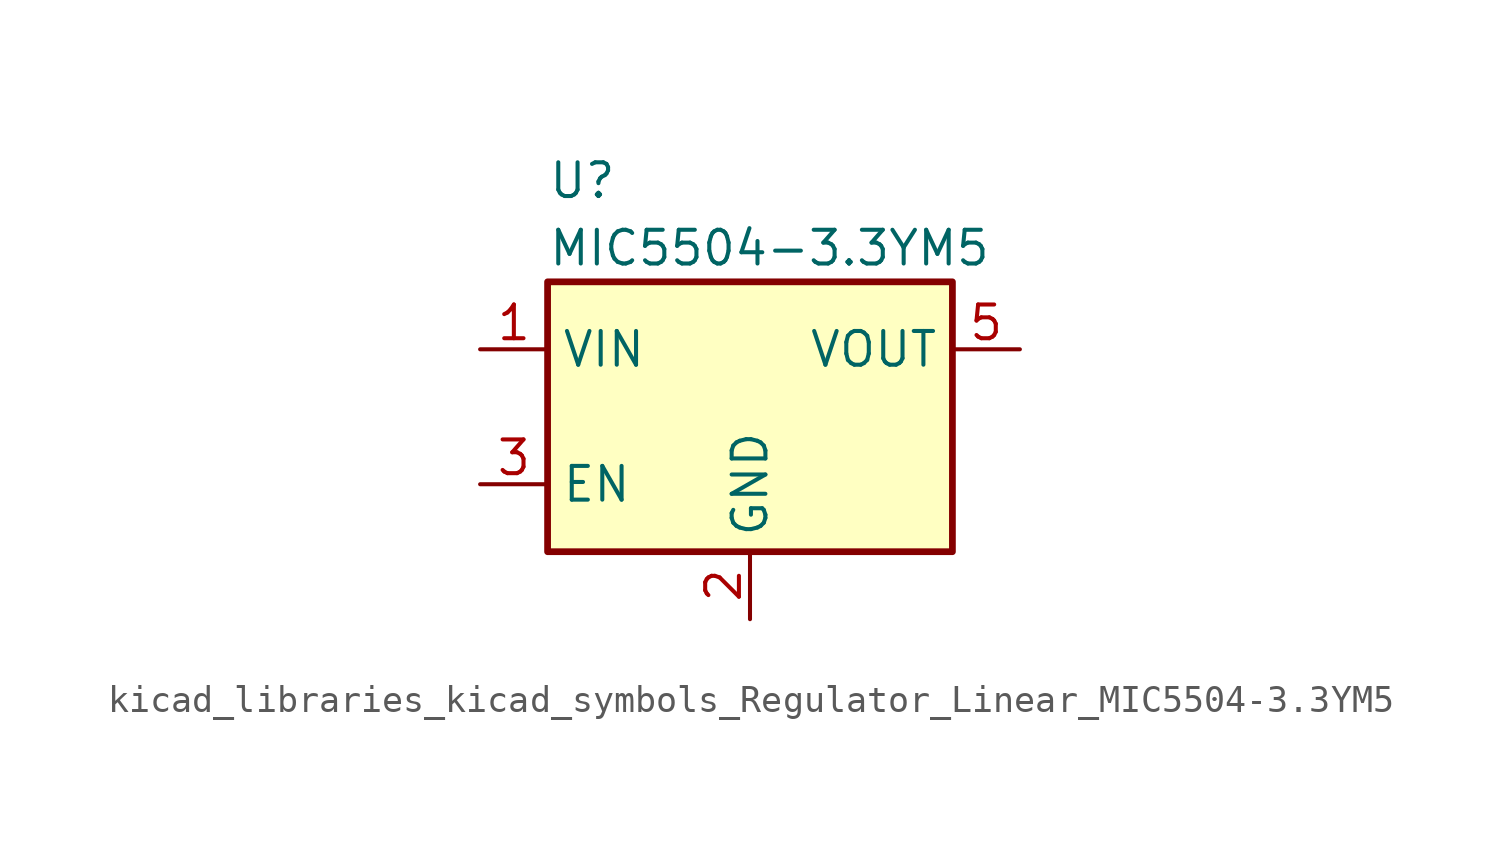
<source format=kicad_sym>
(kicad_symbol_lib
  (version 20220914)
  (generator kicad_symbol_editor)
  (symbol "kicad_libraries_kicad_symbols_Regulator_Linear_MIC5504-3.3YM5"
    (property "Reference" "U"
      (at -7.62 8.89 0)
      (effects (font (size 1.27 1.27)) (justify left)))
    (property "Value" "MIC5504-3.3YM5"
      (at -7.62 6.35 0)
      (effects (font (size 1.27 1.27)) (justify left)))
    (symbol "kicad_libraries_kicad_symbols_Regulator_Linear_MIC5504-3.3YM5_0_1"
      (rectangle (start -7.62 -5.08) (end 7.62 5.08) (stroke (width 0.254) (type default)) (fill (type background))))
    (symbol "kicad_libraries_kicad_symbols_Regulator_Linear_MIC5504-3.3YM5_1_1"
      (pin power_in line (at -10.16 2.54 0) (length 2.54) (name "VIN" (effects (font (size 1.27 1.27)))) (number "1" (effects (font (size 1.27 1.27)))))
      (pin power_in line (at 0 -7.62 90) (length 2.54) (name "GND" (effects (font (size 1.27 1.27)))) (number "2" (effects (font (size 1.27 1.27)))))
      (pin input line (at -10.16 -2.54 0) (length 2.54) (name "EN" (effects (font (size 1.27 1.27)))) (number "3" (effects (font (size 1.27 1.27)))))
      (pin no_connect line (at 7.62 -2.54 180) (length 2.54) hide (name "NC" (effects (font (size 1.27 1.27)))) (number "4" (effects (font (size 1.27 1.27)))))
      (pin power_out line (at 10.16 2.54 180) (length 2.54) (name "VOUT" (effects (font (size 1.27 1.27)))) (number "5" (effects (font (size 1.27 1.27))))))))
</source>
